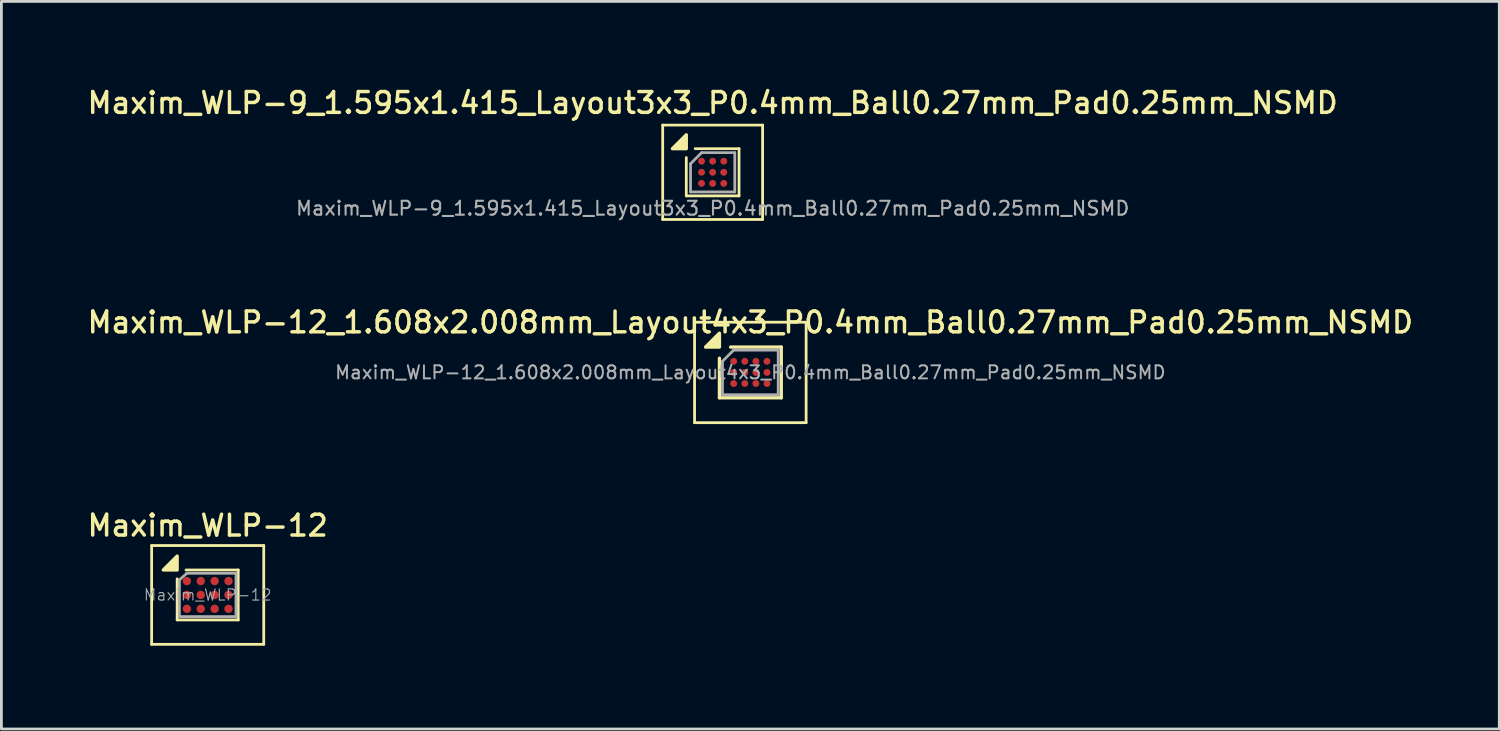
<source format=kicad_pcb>
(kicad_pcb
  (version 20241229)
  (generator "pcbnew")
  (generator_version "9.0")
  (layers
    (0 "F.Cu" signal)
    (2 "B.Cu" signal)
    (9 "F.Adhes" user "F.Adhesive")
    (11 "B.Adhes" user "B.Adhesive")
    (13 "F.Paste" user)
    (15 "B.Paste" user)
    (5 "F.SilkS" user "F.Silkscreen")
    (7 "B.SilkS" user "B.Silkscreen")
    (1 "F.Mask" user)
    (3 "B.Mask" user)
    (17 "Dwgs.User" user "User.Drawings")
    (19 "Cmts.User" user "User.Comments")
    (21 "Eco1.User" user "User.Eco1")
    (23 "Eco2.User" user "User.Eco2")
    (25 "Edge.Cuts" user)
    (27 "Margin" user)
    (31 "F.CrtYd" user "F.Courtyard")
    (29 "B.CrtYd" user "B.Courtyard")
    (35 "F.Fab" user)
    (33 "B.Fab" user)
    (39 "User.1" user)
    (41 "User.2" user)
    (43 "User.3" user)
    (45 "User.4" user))
  (footprint "Maxim_WLP-9_1.595x1.415_Layout3x3_P0.4mm_Ball0.27mm_Pad0.25mm_NSMD"
    (layer "F.Cu")
    (at 22.63 3.158)
    (property "Reference" "Maxim_WLP-9_1.595x1.415_Layout3x3_P0.4mm_Ball0.27mm_Pad0.25mm_NSMD" (at 0 -2.5 0) (layer "F.SilkS") (effects (font (size 0.75 0.75) (thickness 0.125))))
    (attr smd)
    (fp_line (start -1.8 -1.7) (end 1.8 -1.7) (stroke (width 0.1) (type solid)) (layer "F.SilkS"))
    (fp_line (start -1.8 1.7) (end -1.8 -1.7) (stroke (width 0.1) (type solid)) (layer "F.SilkS"))
    (fp_line (start -1.8 1.7) (end 1.8 1.7) (stroke (width 0.1) (type solid)) (layer "F.SilkS"))
    (fp_line (start -0.95 -0.53) (end -0.95 0.85) (stroke (width 0.1) (type solid)) (layer "F.SilkS"))
    (fp_line (start -0.95 0.85) (end 0.95 0.85) (stroke (width 0.1) (type solid)) (layer "F.SilkS"))
    (fp_line (start -0.63 -0.85) (end 0.95 -0.85) (stroke (width 0.1) (type solid)) (layer "F.SilkS"))
    (fp_line (start 0.95 -0.85) (end 0.95 0.85) (stroke (width 0.1) (type solid)) (layer "F.SilkS"))
    (fp_line (start 1.8 -1.7) (end 1.8 1.7) (stroke (width 0.1) (type solid)) (layer "F.SilkS"))
    (fp_poly (pts (xy -0.95 -0.85) (xy -1.45 -0.85) (xy -0.95 -1.35) (xy -0.95 -0.85)) (stroke (width 0.12) (type solid)) (fill yes) (layer "F.SilkS"))
    (fp_line (start -0.797 -0.307) (end -0.797 0.708) (stroke (width 0.1) (type solid)) (layer "F.Fab"))
    (fp_line (start -0.797 0.708) (end 0.797 0.708) (stroke (width 0.1) (type solid)) (layer "F.Fab"))
    (fp_line (start -0.398 -0.708) (end -0.797 -0.307) (stroke (width 0.1) (type solid)) (layer "F.Fab"))
    (fp_line (start -0.398 -0.708) (end 0.797 -0.708) (stroke (width 0.1) (type solid)) (layer "F.Fab"))
    (fp_line (start 0.797 -0.708) (end 0.797 0.708) (stroke (width 0.1) (type solid)) (layer "F.Fab"))
    (fp_text user "${REFERENCE}" (at 0 1.3 0) (layer "F.Fab") (effects (font (size 0.5 0.5) (thickness 0.075))))
    (pad "A1" smd circle (at -0.4 -0.4 90) (size 0.25 0.25) (property pad_prop_bga) (layers "F.Cu" "F.Mask" "F.Paste"))
    (pad "A2" smd circle (at 0 -0.4 90) (size 0.25 0.25) (property pad_prop_bga) (layers "F.Cu" "F.Mask" "F.Paste"))
    (pad "A3" smd circle (at 0.4 -0.4 90) (size 0.25 0.25) (property pad_prop_bga) (layers "F.Cu" "F.Mask" "F.Paste"))
    (pad "B1" smd circle (at -0.4 0 90) (size 0.25 0.25) (property pad_prop_bga) (layers "F.Cu" "F.Mask" "F.Paste"))
    (pad "B2" smd circle (at 0 0 90) (size 0.25 0.25) (property pad_prop_bga) (layers "F.Cu" "F.Mask" "F.Paste"))
    (pad "B3" smd circle (at 0.4 0 90) (size 0.25 0.25) (property pad_prop_bga) (layers "F.Cu" "F.Mask" "F.Paste"))
    (pad "C1" smd circle (at -0.4 0.4 90) (size 0.25 0.25) (property pad_prop_bga) (layers "F.Cu" "F.Mask" "F.Paste"))
    (pad "C2" smd circle (at 0 0.4 90) (size 0.25 0.25) (property pad_prop_bga) (layers "F.Cu" "F.Mask" "F.Paste"))
    (pad "C3" smd circle (at 0.4 0.4 90) (size 0.25 0.25) (property pad_prop_bga) (layers "F.Cu" "F.Mask" "F.Paste")))
  (footprint "Maxim_WLP-12"
    (layer "F.Cu")
    (at 4.434 18.388)
    (property "Reference" "Maxim_WLP-12" (at 0 -2.5 0) (layer "F.SilkS") (effects (font (size 0.75 0.75) (thickness 0.125))))
    (attr smd)
    (fp_line (start -2.02 -1.78) (end 2.02 -1.78) (stroke (width 0.1) (type solid)) (layer "F.SilkS"))
    (fp_line (start -2.02 1.78) (end -2.02 -1.78) (stroke (width 0.1) (type solid)) (layer "F.SilkS"))
    (fp_line (start -2.02 1.78) (end 2.02 1.78) (stroke (width 0.1) (type solid)) (layer "F.SilkS"))
    (fp_line (start -1.1 -0.58) (end -1.1 0.9) (stroke (width 0.1) (type solid)) (layer "F.SilkS"))
    (fp_line (start -0.78 -0.9) (end 1.1 -0.9) (stroke (width 0.1) (type solid)) (layer "F.SilkS"))
    (fp_line (start 1.1 0.9) (end -1.1 0.9) (stroke (width 0.1) (type solid)) (layer "F.SilkS"))
    (fp_line (start 1.1 0.9) (end 1.1 -0.9) (stroke (width 0.1) (type solid)) (layer "F.SilkS"))
    (fp_line (start 2.02 -1.78) (end 2.02 1.78) (stroke (width 0.1) (type solid)) (layer "F.SilkS"))
    (fp_poly (pts (xy -1.1 -0.9) (xy -1.6 -0.9) (xy -1.1 -1.4) (xy -1.1 -0.9)) (stroke (width 0.12) (type solid)) (fill yes) (layer "F.SilkS"))
    (fp_line (start -1.02 0.78) (end -1.02 -0.54) (stroke (width 0.1) (type solid)) (layer "F.Fab"))
    (fp_line (start -1.02 0.78) (end 1.02 0.78) (stroke (width 0.1) (type solid)) (layer "F.Fab"))
    (fp_line (start -0.75 -0.78) (end -1.02 -0.54) (stroke (width 0.1) (type solid)) (layer "F.Fab"))
    (fp_line (start 1.02 -0.78) (end -0.75 -0.78) (stroke (width 0.1) (type solid)) (layer "F.Fab"))
    (fp_line (start 1.02 -0.78) (end 1.02 0.78) (stroke (width 0.1) (type solid)) (layer "F.Fab"))
    (fp_text user "${REFERENCE}" (at 0 0 0) (layer "F.Fab") (effects (font (size 0.4 0.4) (thickness 0.04))))
    (pad "A1" smd circle (at -0.75 -0.5 90) (size 0.3 0.3) (property pad_prop_bga) (layers "F.Cu" "F.Mask" "F.Paste"))
    (pad "A2" smd circle (at -0.25 -0.5 90) (size 0.3 0.3) (property pad_prop_bga) (layers "F.Cu" "F.Mask" "F.Paste"))
    (pad "A3" smd circle (at 0.25 -0.5 90) (size 0.3 0.3) (property pad_prop_bga) (layers "F.Cu" "F.Mask" "F.Paste"))
    (pad "A4" smd circle (at 0.75 -0.5 90) (size 0.3 0.3) (property pad_prop_bga) (layers "F.Cu" "F.Mask" "F.Paste"))
    (pad "B1" smd circle (at -0.75 0 90) (size 0.3 0.3) (property pad_prop_bga) (layers "F.Cu" "F.Mask" "F.Paste"))
    (pad "B2" smd circle (at -0.25 0 90) (size 0.3 0.3) (property pad_prop_bga) (layers "F.Cu" "F.Mask" "F.Paste"))
    (pad "B3" smd circle (at 0.25 0 90) (size 0.3 0.3) (property pad_prop_bga) (layers "F.Cu" "F.Mask" "F.Paste"))
    (pad "B4" smd circle (at 0.75 0 90) (size 0.3 0.3) (property pad_prop_bga) (layers "F.Cu" "F.Mask" "F.Paste"))
    (pad "C1" smd circle (at -0.75 0.5 90) (size 0.3 0.3) (property pad_prop_bga) (layers "F.Cu" "F.Mask" "F.Paste"))
    (pad "C2" smd circle (at -0.25 0.5 90) (size 0.3 0.3) (property pad_prop_bga) (layers "F.Cu" "F.Mask" "F.Paste"))
    (pad "C3" smd circle (at 0.25 0.5 90) (size 0.3 0.3) (property pad_prop_bga) (layers "F.Cu" "F.Mask" "F.Paste"))
    (pad "C4" smd circle (at 0.75 0.5 90) (size 0.3 0.3) (property pad_prop_bga) (layers "F.Cu" "F.Mask" "F.Paste")))
  (footprint "Maxim_WLP-12_1.608x2.008mm_Layout4x3_P0.4mm_Ball0.27mm_Pad0.25mm_NSMD"
    (layer "F.Cu")
    (at 23.988 10.37)
    (property "Reference" "Maxim_WLP-12_1.608x2.008mm_Layout4x3_P0.4mm_Ball0.27mm_Pad0.25mm_NSMD" (at 0 -1.804 0) (layer "F.SilkS") (effects (font (size 0.75 0.75) (thickness 0.125))))
    (attr smd)
    (fp_line (start -2.01 -1.81) (end -2.01 1.81) (stroke (width 0.1) (type solid)) (layer "F.SilkS"))
    (fp_line (start -2.01 1.81) (end 2.01 1.81) (stroke (width 0.1) (type solid)) (layer "F.SilkS"))
    (fp_line (start -1.114 0.914) (end -1.114 -0.512) (stroke (width 0.12) (type solid)) (layer "F.SilkS"))
    (fp_line (start -0.712 -0.914) (end 1.114 -0.914) (stroke (width 0.12) (type solid)) (layer "F.SilkS"))
    (fp_line (start 1.114 -0.914) (end 1.114 0.914) (stroke (width 0.12) (type solid)) (layer "F.SilkS"))
    (fp_line (start 1.114 0.914) (end -1.114 0.914) (stroke (width 0.12) (type solid)) (layer "F.SilkS"))
    (fp_line (start 2.01 -1.81) (end -2.01 -1.81) (stroke (width 0.1) (type solid)) (layer "F.SilkS"))
    (fp_line (start 2.01 1.81) (end 2.01 -1.81) (stroke (width 0.1) (type solid)) (layer "F.SilkS"))
    (fp_poly (pts (xy -1.114 -0.914) (xy -1.614 -0.914) (xy -1.114 -1.414) (xy -1.114 -0.914)) (stroke (width 0.12) (type solid)) (fill yes) (layer "F.SilkS"))
    (fp_line (start -1.004 -0.402) (end -0.602 -0.804) (stroke (width 0.1) (type solid)) (layer "F.Fab"))
    (fp_line (start -1.004 0.804) (end -1.004 -0.402) (stroke (width 0.1) (type solid)) (layer "F.Fab"))
    (fp_line (start -0.602 -0.804) (end 1.004 -0.804) (stroke (width 0.1) (type solid)) (layer "F.Fab"))
    (fp_line (start 1.004 -0.804) (end 1.004 0.804) (stroke (width 0.1) (type solid)) (layer "F.Fab"))
    (fp_line (start 1.004 0.804) (end -1.004 0.804) (stroke (width 0.1) (type solid)) (layer "F.Fab"))
    (fp_text user "${REFERENCE}" (at 0 0 0) (layer "F.Fab") (effects (font (size 0.47 0.47) (thickness 0.07))))
    (pad "A1" smd circle (at -0.6 -0.4) (size 0.25 0.25) (property pad_prop_bga) (layers "F.Cu" "F.Mask" "F.Paste"))
    (pad "A2" smd circle (at -0.2 -0.4) (size 0.25 0.25) (property pad_prop_bga) (layers "F.Cu" "F.Mask" "F.Paste"))
    (pad "A3" smd circle (at 0.2 -0.4) (size 0.25 0.25) (property pad_prop_bga) (layers "F.Cu" "F.Mask" "F.Paste"))
    (pad "A4" smd circle (at 0.6 -0.4) (size 0.25 0.25) (property pad_prop_bga) (layers "F.Cu" "F.Mask" "F.Paste"))
    (pad "B1" smd circle (at -0.6 0) (size 0.25 0.25) (property pad_prop_bga) (layers "F.Cu" "F.Mask" "F.Paste"))
    (pad "B2" smd circle (at -0.2 0) (size 0.25 0.25) (property pad_prop_bga) (layers "F.Cu" "F.Mask" "F.Paste"))
    (pad "B3" smd circle (at 0.2 0) (size 0.25 0.25) (property pad_prop_bga) (layers "F.Cu" "F.Mask" "F.Paste"))
    (pad "B4" smd circle (at 0.6 0) (size 0.25 0.25) (property pad_prop_bga) (layers "F.Cu" "F.Mask" "F.Paste"))
    (pad "C1" smd circle (at -0.6 0.4) (size 0.25 0.25) (property pad_prop_bga) (layers "F.Cu" "F.Mask" "F.Paste"))
    (pad "C2" smd circle (at -0.2 0.4) (size 0.25 0.25) (property pad_prop_bga) (layers "F.Cu" "F.Mask" "F.Paste"))
    (pad "C3" smd circle (at 0.2 0.4) (size 0.25 0.25) (property pad_prop_bga) (layers "F.Cu" "F.Mask" "F.Paste"))
    (pad "C4" smd circle (at 0.6 0.4) (size 0.25 0.25) (property pad_prop_bga) (layers "F.Cu" "F.Mask" "F.Paste")))
  (gr_rect
    (start -3 -3)
    (end 50.975 23.218)
    (stroke (width 0.1) (type default))
    (fill no)
    (layer "Edge.Cuts")))
</source>
